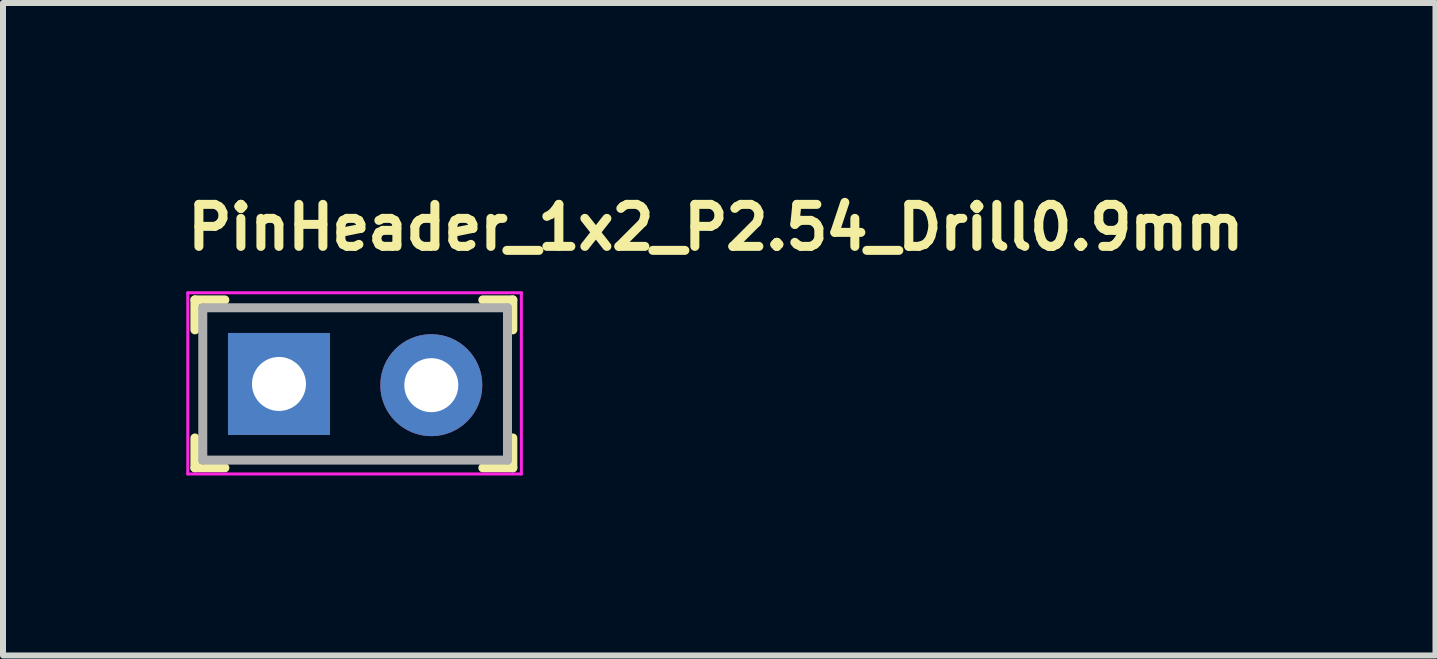
<source format=kicad_pcb>
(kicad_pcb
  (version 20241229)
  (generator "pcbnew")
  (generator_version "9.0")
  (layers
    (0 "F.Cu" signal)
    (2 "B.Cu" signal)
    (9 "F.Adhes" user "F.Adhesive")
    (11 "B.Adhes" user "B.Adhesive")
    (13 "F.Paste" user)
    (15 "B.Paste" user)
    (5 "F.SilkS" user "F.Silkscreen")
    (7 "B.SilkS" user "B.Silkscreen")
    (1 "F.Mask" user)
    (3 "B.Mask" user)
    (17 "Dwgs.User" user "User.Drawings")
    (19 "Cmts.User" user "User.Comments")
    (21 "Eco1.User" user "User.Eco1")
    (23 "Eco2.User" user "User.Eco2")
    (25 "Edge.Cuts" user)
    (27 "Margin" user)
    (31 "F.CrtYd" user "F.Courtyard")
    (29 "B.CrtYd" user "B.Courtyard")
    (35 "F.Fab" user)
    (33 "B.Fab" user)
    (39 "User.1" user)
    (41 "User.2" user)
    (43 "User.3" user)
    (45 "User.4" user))
  (footprint "PinHeader_1x2_P2.54_Drill0.9mm"
    (layer "F.Cu")
    (at 1.6 3.35)
    (property "Reference" "PinHeader_1x2_P2.54_Drill0.9mm" (at -1.6 -2.2 0) (layer "F.SilkS") (effects (font (size 0.7 0.7) (thickness 0.15)) (justify left bottom)))
    (attr through_hole)
    (fp_line (start -1.401 -1.401) (end -1.401 -0.902) (stroke (width 0.15) (type solid)) (layer "F.SilkS"))
    (fp_line (start -1.401 -1.401) (end -0.902 -1.401) (stroke (width 0.15) (type solid)) (layer "F.SilkS"))
    (fp_line (start -1.401 1.398) (end -1.401 0.9) (stroke (width 0.15) (type solid)) (layer "F.SilkS"))
    (fp_line (start -1.401 1.398) (end -0.902 1.398) (stroke (width 0.15) (type solid)) (layer "F.SilkS"))
    (fp_line (start 3.898 -1.401) (end 3.398 -1.401) (stroke (width 0.15) (type solid)) (layer "F.SilkS"))
    (fp_line (start 3.898 -1.401) (end 3.898 -0.902) (stroke (width 0.15) (type solid)) (layer "F.SilkS"))
    (fp_line (start 3.898 1.398) (end 3.398 1.398) (stroke (width 0.15) (type solid)) (layer "F.SilkS"))
    (fp_line (start 3.898 1.398) (end 3.898 0.9) (stroke (width 0.15) (type solid)) (layer "F.SilkS"))
    (fp_line (start -1.52 -1.52) (end -1.52 1.5) (stroke (width 0.05) (type solid)) (layer "F.CrtYd"))
    (fp_line (start 4.04 -1.52) (end -1.52 -1.52) (stroke (width 0.05) (type solid)) (layer "F.CrtYd"))
    (fp_line (start 4.04 -1.52) (end 4.04 1.5) (stroke (width 0.05) (type solid)) (layer "F.CrtYd"))
    (fp_line (start 4.04 1.5) (end -1.52 1.5) (stroke (width 0.05) (type solid)) (layer "F.CrtYd"))
    (fp_line (start -1.27 -1.27) (end 3.809 -1.27) (stroke (width 0.15) (type solid)) (layer "F.Fab"))
    (fp_line (start -1.27 1.269) (end -1.27 -1.27) (stroke (width 0.15) (type solid)) (layer "F.Fab"))
    (fp_line (start -1.27 1.269) (end 3.809 1.269) (stroke (width 0.15) (type solid)) (layer "F.Fab"))
    (fp_line (start 3.809 1.269) (end 3.809 -1.27) (stroke (width 0.15) (type solid)) (layer "F.Fab"))
    (fp_rect (start -1.27 -1.27) (end 3.809 1.269) (stroke (width 0.1) (type solid)) (fill no) (layer "User.5"))
    (fp_line (start -1.27 0.77) (end -1.27 -0.772) (stroke (width 0.02) (type solid)) (layer "User.9"))
    (fp_line (start -1.27 0.77) (end -1.02 1.269) (stroke (width 0.02) (type solid)) (layer "User.9"))
    (fp_line (start -1.02 -1.27) (end -1.27 -0.772) (stroke (width 0.02) (type solid)) (layer "User.9"))
    (fp_line (start -0.32 -0.32) (end -0.12 -0.12) (stroke (width 0.02) (type solid)) (layer "User.9"))
    (fp_line (start -0.32 -0.32) (end 0.32 -0.32) (stroke (width 0.02) (type solid)) (layer "User.9"))
    (fp_line (start -0.32 0.32) (end -0.32 -0.32) (stroke (width 0.02) (type solid)) (layer "User.9"))
    (fp_line (start -0.12 -0.12) (end -0.12 0.119) (stroke (width 0.02) (type solid)) (layer "User.9"))
    (fp_line (start -0.12 0.119) (end -0.32 0.32) (stroke (width 0.02) (type solid)) (layer "User.9"))
    (fp_line (start -0.12 0.119) (end 0.119 0.119) (stroke (width 0.02) (type solid)) (layer "User.9"))
    (fp_line (start 0.119 -0.12) (end -0.12 -0.12) (stroke (width 0.02) (type solid)) (layer "User.9"))
    (fp_line (start 0.119 -0.12) (end 0.32 -0.32) (stroke (width 0.02) (type solid)) (layer "User.9"))
    (fp_line (start 0.119 0.119) (end 0.119 -0.12) (stroke (width 0.02) (type solid)) (layer "User.9"))
    (fp_line (start 0.119 0.119) (end 0.32 0.32) (stroke (width 0.02) (type solid)) (layer "User.9"))
    (fp_line (start 0.32 -0.32) (end 0.32 0.32) (stroke (width 0.02) (type solid)) (layer "User.9"))
    (fp_line (start 0.32 0.32) (end -0.32 0.32) (stroke (width 0.02) (type solid)) (layer "User.9"))
    (fp_line (start 1.019 -1.27) (end -1.02 -1.27) (stroke (width 0.02) (type solid)) (layer "User.9"))
    (fp_line (start 1.019 1.269) (end -1.02 1.269) (stroke (width 0.02) (type solid)) (layer "User.9"))
    (fp_line (start 1.019 1.269) (end 1.269 0.77) (stroke (width 0.02) (type solid)) (layer "User.9"))
    (fp_line (start 1.269 -0.772) (end 1.019 -1.27) (stroke (width 0.02) (type solid)) (layer "User.9"))
    (fp_line (start 1.269 0.77) (end 1.519 1.269) (stroke (width 0.02) (type solid)) (layer "User.9"))
    (fp_line (start 1.519 -1.27) (end 1.269 -0.772) (stroke (width 0.02) (type solid)) (layer "User.9"))
    (fp_line (start 2.22 -0.32) (end 2.418 -0.12) (stroke (width 0.02) (type solid)) (layer "User.9"))
    (fp_line (start 2.22 -0.32) (end 2.858 -0.32) (stroke (width 0.02) (type solid)) (layer "User.9"))
    (fp_line (start 2.22 0.32) (end 2.22 -0.32) (stroke (width 0.02) (type solid)) (layer "User.9"))
    (fp_line (start 2.418 -0.12) (end 2.418 0.119) (stroke (width 0.02) (type solid)) (layer "User.9"))
    (fp_line (start 2.418 0.119) (end 2.22 0.32) (stroke (width 0.02) (type solid)) (layer "User.9"))
    (fp_line (start 2.418 0.119) (end 2.66 0.119) (stroke (width 0.02) (type solid)) (layer "User.9"))
    (fp_line (start 2.66 -0.12) (end 2.418 -0.12) (stroke (width 0.02) (type solid)) (layer "User.9"))
    (fp_line (start 2.66 -0.12) (end 2.858 -0.32) (stroke (width 0.02) (type solid)) (layer "User.9"))
    (fp_line (start 2.66 0.119) (end 2.66 -0.12) (stroke (width 0.02) (type solid)) (layer "User.9"))
    (fp_line (start 2.66 0.119) (end 2.858 0.32) (stroke (width 0.02) (type solid)) (layer "User.9"))
    (fp_line (start 2.858 -0.32) (end 2.858 0.32) (stroke (width 0.02) (type solid)) (layer "User.9"))
    (fp_line (start 2.858 0.32) (end 2.22 0.32) (stroke (width 0.02) (type solid)) (layer "User.9"))
    (fp_line (start 3.559 -1.27) (end 1.519 -1.27) (stroke (width 0.02) (type solid)) (layer "User.9"))
    (fp_line (start 3.559 1.269) (end 1.519 1.269) (stroke (width 0.02) (type solid)) (layer "User.9"))
    (fp_line (start 3.559 1.269) (end 3.809 0.77) (stroke (width 0.02) (type solid)) (layer "User.9"))
    (fp_line (start 3.809 -0.772) (end 3.559 -1.27) (stroke (width 0.02) (type solid)) (layer "User.9"))
    (fp_line (start 3.809 0.77) (end 3.809 -0.772) (stroke (width 0.02) (type solid)) (layer "User.9"))
    (pad "1" thru_hole rect (at 0 0) (size 1.7 1.7) (drill 0.9) (layers "*.Cu" "*.Mask"))
    (pad "2" thru_hole circle (at 2.539 0.02) (size 1.7 1.7) (drill 0.9) (layers "*.Cu" "*.Mask")))
  (gr_rect
    (start -3 -3)
    (end 20.877 7.875)
    (stroke (width 0.1) (type default))
    (fill no)
    (layer "Edge.Cuts")))
</source>
